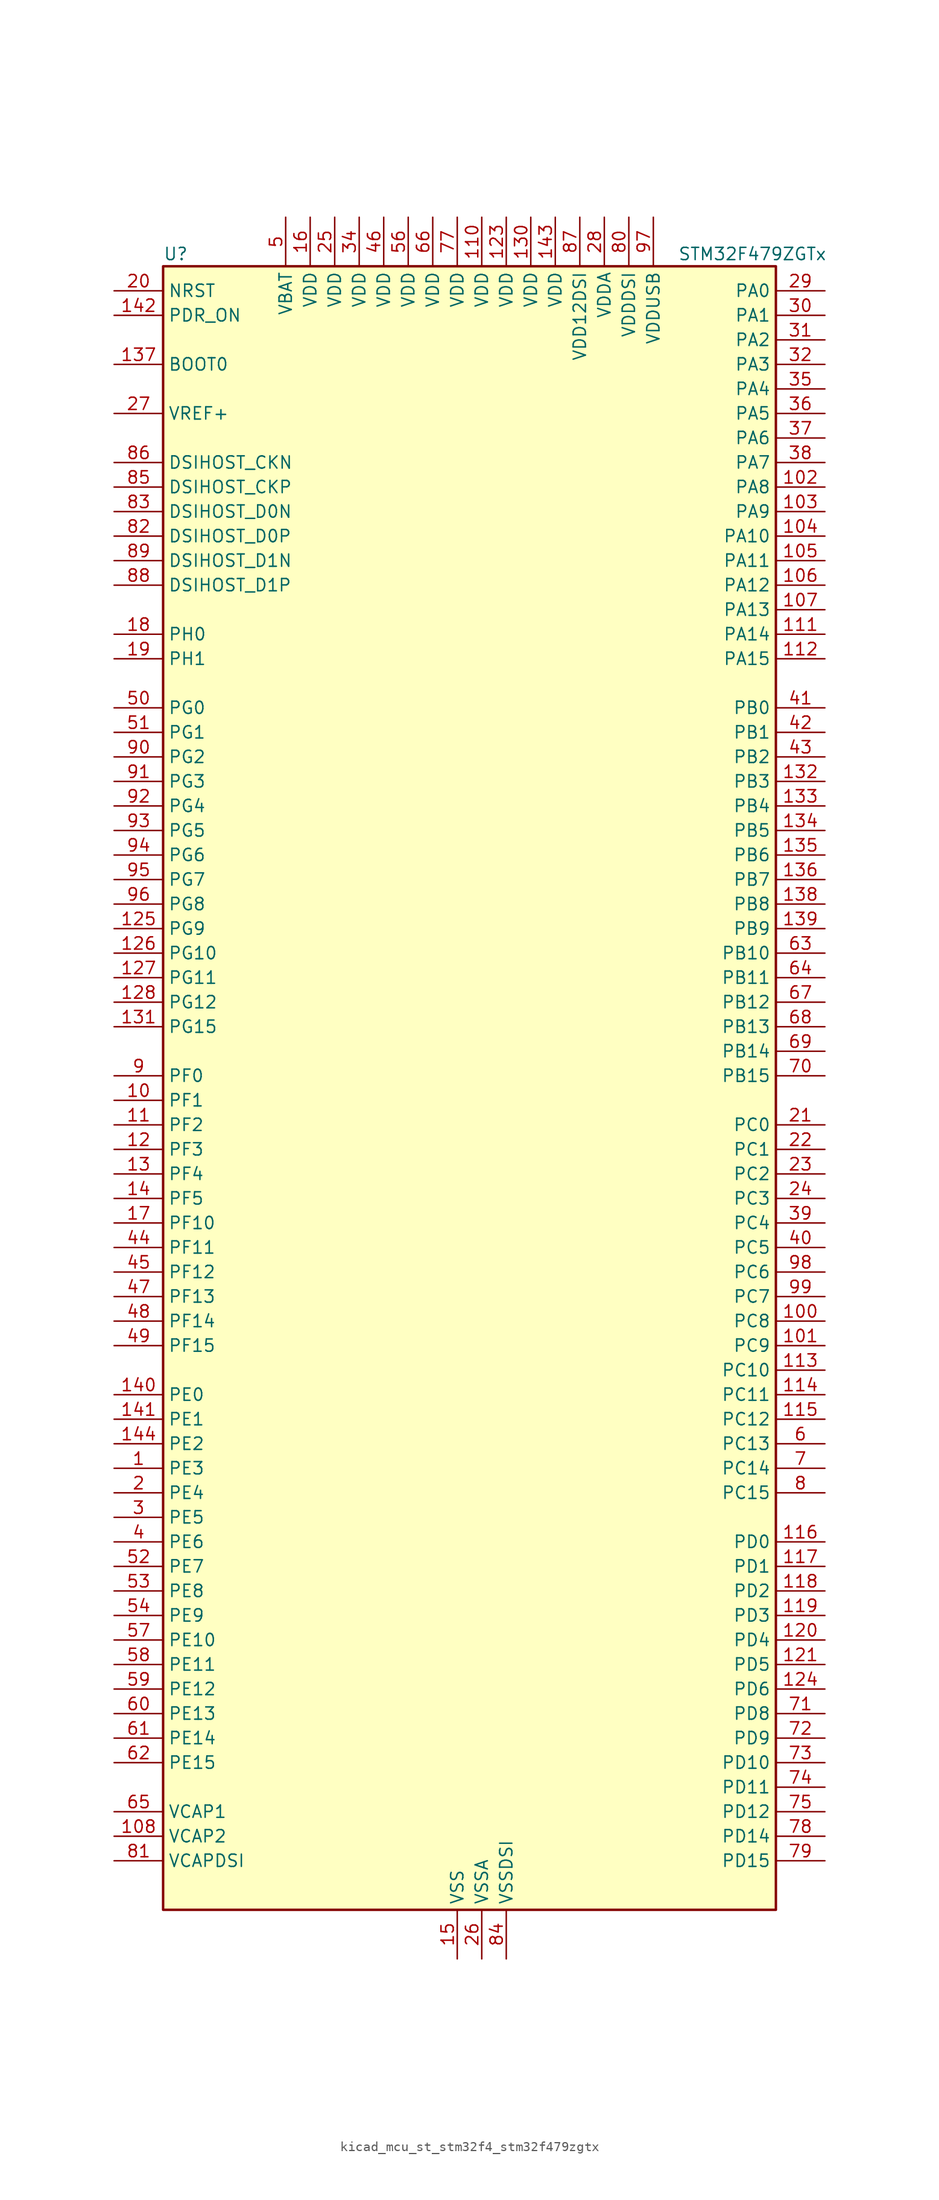
<source format=kicad_sym>
(kicad_symbol_lib
  (version 20220914)
  (generator kicad_symbol_editor)
  (symbol "kicad_mcu_st_stm32f4_stm32f479zgtx"
    (property "Reference" "U"
      (at -30.48 87.63 0)
      (effects (font (size 1.27 1.27)) (justify left)))
    (property "Value" "STM32F479ZGTx"
      (at 22.86 87.63 0)
      (effects (font (size 1.27 1.27)) (justify left)))
    (property "ki_locked" ""
      (at 0 0 0)
      (effects (font (size 1.27 1.27))))
    (symbol "kicad_mcu_st_stm32f4_stm32f479zgtx_0_1"
      (rectangle (start -30.48 -83.82) (end 33.02 86.36) (stroke (width 0.254) (type default)) (fill (type background))))
    (symbol "kicad_mcu_st_stm32f4_stm32f479zgtx_1_1"
      (pin bidirectional line (at -35.56 -38.1 0) (length 5.08) (name "PE3" (effects (font (size 1.27 1.27)))) (number "1" (effects (font (size 1.27 1.27)))) (alternate "FMC_A19" bidirectional line) (alternate "SAI1_SD_B" bidirectional line) (alternate "SYS_TRACED0" bidirectional line))
      (pin bidirectional line (at -35.56 0 0) (length 5.08) (name "PF1" (effects (font (size 1.27 1.27)))) (number "10" (effects (font (size 1.27 1.27)))) (alternate "FMC_A1" bidirectional line) (alternate "I2C2_SCL" bidirectional line))
      (pin bidirectional line (at 38.1 -22.86 180) (length 5.08) (name "PC8" (effects (font (size 1.27 1.27)))) (number "100" (effects (font (size 1.27 1.27)))) (alternate "DCMI_D2" bidirectional line) (alternate "SDIO_D0" bidirectional line) (alternate "SYS_TRACED1" bidirectional line) (alternate "TIM3_CH3" bidirectional line) (alternate "TIM8_CH3" bidirectional line) (alternate "USART6_CK" bidirectional line))
      (pin bidirectional line (at 38.1 -25.4 180) (length 5.08) (name "PC9" (effects (font (size 1.27 1.27)))) (number "101" (effects (font (size 1.27 1.27)))) (alternate "DAC_EXTI9" bidirectional line) (alternate "DCMI_D3" bidirectional line) (alternate "I2C3_SDA" bidirectional line) (alternate "I2S_CKIN" bidirectional line) (alternate "QUADSPI_BK1_IO0" bidirectional line) (alternate "RCC_MCO_2" bidirectional line) (alternate "SDIO_D1" bidirectional line) (alternate "TIM3_CH4" bidirectional line) (alternate "TIM8_CH4" bidirectional line))
      (pin bidirectional line (at 38.1 63.5 180) (length 5.08) (name "PA8" (effects (font (size 1.27 1.27)))) (number "102" (effects (font (size 1.27 1.27)))) (alternate "I2C3_SCL" bidirectional line) (alternate "LTDC_R6" bidirectional line) (alternate "RCC_MCO_1" bidirectional line) (alternate "TIM1_CH1" bidirectional line) (alternate "USART1_CK" bidirectional line) (alternate "USB_OTG_FS_SOF" bidirectional line))
      (pin bidirectional line (at 38.1 60.96 180) (length 5.08) (name "PA9" (effects (font (size 1.27 1.27)))) (number "103" (effects (font (size 1.27 1.27)))) (alternate "DAC_EXTI9" bidirectional line) (alternate "DCMI_D0" bidirectional line) (alternate "I2C3_SMBA" bidirectional line) (alternate "I2S2_CK" bidirectional line) (alternate "SPI2_SCK" bidirectional line) (alternate "TIM1_CH2" bidirectional line) (alternate "USART1_TX" bidirectional line) (alternate "USB_OTG_FS_VBUS" bidirectional line))
      (pin bidirectional line (at 38.1 58.42 180) (length 5.08) (name "PA10" (effects (font (size 1.27 1.27)))) (number "104" (effects (font (size 1.27 1.27)))) (alternate "DCMI_D1" bidirectional line) (alternate "TIM1_CH3" bidirectional line) (alternate "USART1_RX" bidirectional line) (alternate "USB_OTG_FS_ID" bidirectional line))
      (pin bidirectional line (at 38.1 55.88 180) (length 5.08) (name "PA11" (effects (font (size 1.27 1.27)))) (number "105" (effects (font (size 1.27 1.27)))) (alternate "ADC1_EXTI11" bidirectional line) (alternate "ADC2_EXTI11" bidirectional line) (alternate "ADC3_EXTI11" bidirectional line) (alternate "CAN1_RX" bidirectional line) (alternate "LTDC_R4" bidirectional line) (alternate "TIM1_CH4" bidirectional line) (alternate "USART1_CTS" bidirectional line) (alternate "USB_OTG_FS_DM" bidirectional line))
      (pin bidirectional line (at 38.1 53.34 180) (length 5.08) (name "PA12" (effects (font (size 1.27 1.27)))) (number "106" (effects (font (size 1.27 1.27)))) (alternate "CAN1_TX" bidirectional line) (alternate "LTDC_R5" bidirectional line) (alternate "TIM1_ETR" bidirectional line) (alternate "USART1_RTS" bidirectional line) (alternate "USB_OTG_FS_DP" bidirectional line))
      (pin bidirectional line (at 38.1 50.8 180) (length 5.08) (name "PA13" (effects (font (size 1.27 1.27)))) (number "107" (effects (font (size 1.27 1.27)))) (alternate "SYS_JTMS-SWDIO" bidirectional line))
      (pin power_out line (at -35.56 -76.2 0) (length 5.08) (name "VCAP2" (effects (font (size 1.27 1.27)))) (number "108" (effects (font (size 1.27 1.27)))))
      (pin passive line (at 0 -88.9 90) (length 5.08) hide (name "VSS" (effects (font (size 1.27 1.27)))) (number "109" (effects (font (size 1.27 1.27)))))
      (pin bidirectional line (at -35.56 -2.54 0) (length 5.08) (name "PF2" (effects (font (size 1.27 1.27)))) (number "11" (effects (font (size 1.27 1.27)))) (alternate "FMC_A2" bidirectional line) (alternate "I2C2_SMBA" bidirectional line))
      (pin power_in line (at 2.54 91.44 270) (length 5.08) (name "VDD" (effects (font (size 1.27 1.27)))) (number "110" (effects (font (size 1.27 1.27)))))
      (pin bidirectional line (at 38.1 48.26 180) (length 5.08) (name "PA14" (effects (font (size 1.27 1.27)))) (number "111" (effects (font (size 1.27 1.27)))) (alternate "SYS_JTCK-SWCLK" bidirectional line))
      (pin bidirectional line (at 38.1 45.72 180) (length 5.08) (name "PA15" (effects (font (size 1.27 1.27)))) (number "112" (effects (font (size 1.27 1.27)))) (alternate "ADC1_EXTI15" bidirectional line) (alternate "ADC2_EXTI15" bidirectional line) (alternate "ADC3_EXTI15" bidirectional line) (alternate "I2S3_WS" bidirectional line) (alternate "SPI1_NSS" bidirectional line) (alternate "SPI3_NSS" bidirectional line) (alternate "SYS_JTDI" bidirectional line) (alternate "TIM2_CH1" bidirectional line) (alternate "TIM2_ETR" bidirectional line))
      (pin bidirectional line (at 38.1 -27.94 180) (length 5.08) (name "PC10" (effects (font (size 1.27 1.27)))) (number "113" (effects (font (size 1.27 1.27)))) (alternate "DCMI_D8" bidirectional line) (alternate "I2S3_CK" bidirectional line) (alternate "LTDC_R2" bidirectional line) (alternate "QUADSPI_BK1_IO1" bidirectional line) (alternate "SDIO_D2" bidirectional line) (alternate "SPI3_SCK" bidirectional line) (alternate "UART4_TX" bidirectional line) (alternate "USART3_TX" bidirectional line))
      (pin bidirectional line (at 38.1 -30.48 180) (length 5.08) (name "PC11" (effects (font (size 1.27 1.27)))) (number "114" (effects (font (size 1.27 1.27)))) (alternate "ADC1_EXTI11" bidirectional line) (alternate "ADC2_EXTI11" bidirectional line) (alternate "ADC3_EXTI11" bidirectional line) (alternate "DCMI_D4" bidirectional line) (alternate "I2S3_ext_SD" bidirectional line) (alternate "QUADSPI_BK2_NCS" bidirectional line) (alternate "SDIO_D3" bidirectional line) (alternate "SPI3_MISO" bidirectional line) (alternate "UART4_RX" bidirectional line) (alternate "USART3_RX" bidirectional line))
      (pin bidirectional line (at 38.1 -33.02 180) (length 5.08) (name "PC12" (effects (font (size 1.27 1.27)))) (number "115" (effects (font (size 1.27 1.27)))) (alternate "DCMI_D9" bidirectional line) (alternate "I2S3_SD" bidirectional line) (alternate "SDIO_CK" bidirectional line) (alternate "SPI3_MOSI" bidirectional line) (alternate "SYS_TRACED3" bidirectional line) (alternate "UART5_TX" bidirectional line) (alternate "USART3_CK" bidirectional line))
      (pin bidirectional line (at 38.1 -45.72 180) (length 5.08) (name "PD0" (effects (font (size 1.27 1.27)))) (number "116" (effects (font (size 1.27 1.27)))) (alternate "CAN1_RX" bidirectional line) (alternate "FMC_D2" bidirectional line) (alternate "FMC_DA2" bidirectional line))
      (pin bidirectional line (at 38.1 -48.26 180) (length 5.08) (name "PD1" (effects (font (size 1.27 1.27)))) (number "117" (effects (font (size 1.27 1.27)))) (alternate "CAN1_TX" bidirectional line) (alternate "FMC_D3" bidirectional line) (alternate "FMC_DA3" bidirectional line))
      (pin bidirectional line (at 38.1 -50.8 180) (length 5.08) (name "PD2" (effects (font (size 1.27 1.27)))) (number "118" (effects (font (size 1.27 1.27)))) (alternate "DCMI_D11" bidirectional line) (alternate "SDIO_CMD" bidirectional line) (alternate "SYS_TRACED2" bidirectional line) (alternate "TIM3_ETR" bidirectional line) (alternate "UART5_RX" bidirectional line))
      (pin bidirectional line (at 38.1 -53.34 180) (length 5.08) (name "PD3" (effects (font (size 1.27 1.27)))) (number "119" (effects (font (size 1.27 1.27)))) (alternate "DCMI_D5" bidirectional line) (alternate "FMC_CLK" bidirectional line) (alternate "I2S2_CK" bidirectional line) (alternate "LTDC_G7" bidirectional line) (alternate "SPI2_SCK" bidirectional line) (alternate "USART2_CTS" bidirectional line))
      (pin bidirectional line (at -35.56 -5.08 0) (length 5.08) (name "PF3" (effects (font (size 1.27 1.27)))) (number "12" (effects (font (size 1.27 1.27)))) (alternate "ADC3_IN9" bidirectional line) (alternate "FMC_A3" bidirectional line))
      (pin bidirectional line (at 38.1 -55.88 180) (length 5.08) (name "PD4" (effects (font (size 1.27 1.27)))) (number "120" (effects (font (size 1.27 1.27)))) (alternate "FMC_NOE" bidirectional line) (alternate "USART2_RTS" bidirectional line))
      (pin bidirectional line (at 38.1 -58.42 180) (length 5.08) (name "PD5" (effects (font (size 1.27 1.27)))) (number "121" (effects (font (size 1.27 1.27)))) (alternate "FMC_NWE" bidirectional line) (alternate "USART2_TX" bidirectional line))
      (pin passive line (at 0 -88.9 90) (length 5.08) hide (name "VSS" (effects (font (size 1.27 1.27)))) (number "122" (effects (font (size 1.27 1.27)))))
      (pin power_in line (at 5.08 91.44 270) (length 5.08) (name "VDD" (effects (font (size 1.27 1.27)))) (number "123" (effects (font (size 1.27 1.27)))))
      (pin bidirectional line (at 38.1 -60.96 180) (length 5.08) (name "PD6" (effects (font (size 1.27 1.27)))) (number "124" (effects (font (size 1.27 1.27)))) (alternate "DCMI_D10" bidirectional line) (alternate "FMC_NWAIT" bidirectional line) (alternate "I2S3_SD" bidirectional line) (alternate "LTDC_B2" bidirectional line) (alternate "SAI1_SD_A" bidirectional line) (alternate "SPI3_MOSI" bidirectional line) (alternate "USART2_RX" bidirectional line))
      (pin bidirectional line (at -35.56 17.78 0) (length 5.08) (name "PG9" (effects (font (size 1.27 1.27)))) (number "125" (effects (font (size 1.27 1.27)))) (alternate "DAC_EXTI9" bidirectional line) (alternate "DCMI_VSYNC" bidirectional line) (alternate "FMC_NCE" bidirectional line) (alternate "FMC_NE2" bidirectional line) (alternate "QUADSPI_BK2_IO2" bidirectional line) (alternate "USART6_RX" bidirectional line))
      (pin bidirectional line (at -35.56 15.24 0) (length 5.08) (name "PG10" (effects (font (size 1.27 1.27)))) (number "126" (effects (font (size 1.27 1.27)))) (alternate "DCMI_D2" bidirectional line) (alternate "FMC_NE3" bidirectional line) (alternate "LTDC_B2" bidirectional line) (alternate "LTDC_G3" bidirectional line))
      (pin bidirectional line (at -35.56 12.7 0) (length 5.08) (name "PG11" (effects (font (size 1.27 1.27)))) (number "127" (effects (font (size 1.27 1.27)))) (alternate "ADC1_EXTI11" bidirectional line) (alternate "ADC2_EXTI11" bidirectional line) (alternate "ADC3_EXTI11" bidirectional line) (alternate "DCMI_D3" bidirectional line) (alternate "LTDC_B3" bidirectional line))
      (pin bidirectional line (at -35.56 10.16 0) (length 5.08) (name "PG12" (effects (font (size 1.27 1.27)))) (number "128" (effects (font (size 1.27 1.27)))) (alternate "FMC_NE4" bidirectional line) (alternate "LTDC_B1" bidirectional line) (alternate "LTDC_B4" bidirectional line) (alternate "USART6_RTS" bidirectional line))
      (pin passive line (at 0 -88.9 90) (length 5.08) hide (name "VSS" (effects (font (size 1.27 1.27)))) (number "129" (effects (font (size 1.27 1.27)))))
      (pin bidirectional line (at -35.56 -7.62 0) (length 5.08) (name "PF4" (effects (font (size 1.27 1.27)))) (number "13" (effects (font (size 1.27 1.27)))) (alternate "ADC3_IN14" bidirectional line) (alternate "FMC_A4" bidirectional line))
      (pin power_in line (at 7.62 91.44 270) (length 5.08) (name "VDD" (effects (font (size 1.27 1.27)))) (number "130" (effects (font (size 1.27 1.27)))))
      (pin bidirectional line (at -35.56 7.62 0) (length 5.08) (name "PG15" (effects (font (size 1.27 1.27)))) (number "131" (effects (font (size 1.27 1.27)))) (alternate "ADC1_EXTI15" bidirectional line) (alternate "ADC2_EXTI15" bidirectional line) (alternate "ADC3_EXTI15" bidirectional line) (alternate "DCMI_D13" bidirectional line) (alternate "FMC_SDNCAS" bidirectional line) (alternate "USART6_CTS" bidirectional line))
      (pin bidirectional line (at 38.1 33.02 180) (length 5.08) (name "PB3" (effects (font (size 1.27 1.27)))) (number "132" (effects (font (size 1.27 1.27)))) (alternate "I2S3_CK" bidirectional line) (alternate "SPI1_SCK" bidirectional line) (alternate "SPI3_SCK" bidirectional line) (alternate "SYS_JTDO-SWO" bidirectional line) (alternate "TIM2_CH2" bidirectional line))
      (pin bidirectional line (at 38.1 30.48 180) (length 5.08) (name "PB4" (effects (font (size 1.27 1.27)))) (number "133" (effects (font (size 1.27 1.27)))) (alternate "I2S3_ext_SD" bidirectional line) (alternate "SPI1_MISO" bidirectional line) (alternate "SPI3_MISO" bidirectional line) (alternate "SYS_JTRST" bidirectional line) (alternate "TIM3_CH1" bidirectional line))
      (pin bidirectional line (at 38.1 27.94 180) (length 5.08) (name "PB5" (effects (font (size 1.27 1.27)))) (number "134" (effects (font (size 1.27 1.27)))) (alternate "CAN2_RX" bidirectional line) (alternate "DCMI_D10" bidirectional line) (alternate "FMC_SDCKE1" bidirectional line) (alternate "I2C1_SMBA" bidirectional line) (alternate "I2S3_SD" bidirectional line) (alternate "LTDC_G7" bidirectional line) (alternate "SPI1_MOSI" bidirectional line) (alternate "SPI3_MOSI" bidirectional line) (alternate "TIM3_CH2" bidirectional line) (alternate "USB_OTG_HS_ULPI_D7" bidirectional line))
      (pin bidirectional line (at 38.1 25.4 180) (length 5.08) (name "PB6" (effects (font (size 1.27 1.27)))) (number "135" (effects (font (size 1.27 1.27)))) (alternate "CAN2_TX" bidirectional line) (alternate "DCMI_D5" bidirectional line) (alternate "FMC_SDNE1" bidirectional line) (alternate "I2C1_SCL" bidirectional line) (alternate "QUADSPI_BK1_NCS" bidirectional line) (alternate "TIM4_CH1" bidirectional line) (alternate "USART1_TX" bidirectional line))
      (pin bidirectional line (at 38.1 22.86 180) (length 5.08) (name "PB7" (effects (font (size 1.27 1.27)))) (number "136" (effects (font (size 1.27 1.27)))) (alternate "DCMI_VSYNC" bidirectional line) (alternate "FMC_NL" bidirectional line) (alternate "I2C1_SDA" bidirectional line) (alternate "TIM4_CH2" bidirectional line) (alternate "USART1_RX" bidirectional line))
      (pin input line (at -35.56 76.2 0) (length 5.08) (name "BOOT0" (effects (font (size 1.27 1.27)))) (number "137" (effects (font (size 1.27 1.27)))))
      (pin bidirectional line (at 38.1 20.32 180) (length 5.08) (name "PB8" (effects (font (size 1.27 1.27)))) (number "138" (effects (font (size 1.27 1.27)))) (alternate "CAN1_RX" bidirectional line) (alternate "DCMI_D6" bidirectional line) (alternate "I2C1_SCL" bidirectional line) (alternate "LTDC_B6" bidirectional line) (alternate "SDIO_D4" bidirectional line) (alternate "TIM10_CH1" bidirectional line) (alternate "TIM4_CH3" bidirectional line))
      (pin bidirectional line (at 38.1 17.78 180) (length 5.08) (name "PB9" (effects (font (size 1.27 1.27)))) (number "139" (effects (font (size 1.27 1.27)))) (alternate "CAN1_TX" bidirectional line) (alternate "DAC_EXTI9" bidirectional line) (alternate "DCMI_D7" bidirectional line) (alternate "I2C1_SDA" bidirectional line) (alternate "I2S2_WS" bidirectional line) (alternate "LTDC_B7" bidirectional line) (alternate "SDIO_D5" bidirectional line) (alternate "SPI2_NSS" bidirectional line) (alternate "TIM11_CH1" bidirectional line) (alternate "TIM4_CH4" bidirectional line))
      (pin bidirectional line (at -35.56 -10.16 0) (length 5.08) (name "PF5" (effects (font (size 1.27 1.27)))) (number "14" (effects (font (size 1.27 1.27)))) (alternate "ADC3_IN15" bidirectional line) (alternate "FMC_A5" bidirectional line))
      (pin bidirectional line (at -35.56 -30.48 0) (length 5.08) (name "PE0" (effects (font (size 1.27 1.27)))) (number "140" (effects (font (size 1.27 1.27)))) (alternate "DCMI_D2" bidirectional line) (alternate "FMC_NBL0" bidirectional line) (alternate "TIM4_ETR" bidirectional line) (alternate "UART8_RX" bidirectional line))
      (pin bidirectional line (at -35.56 -33.02 0) (length 5.08) (name "PE1" (effects (font (size 1.27 1.27)))) (number "141" (effects (font (size 1.27 1.27)))) (alternate "DCMI_D3" bidirectional line) (alternate "FMC_NBL1" bidirectional line) (alternate "UART8_TX" bidirectional line))
      (pin input line (at -35.56 81.28 0) (length 5.08) (name "PDR_ON" (effects (font (size 1.27 1.27)))) (number "142" (effects (font (size 1.27 1.27)))))
      (pin power_in line (at 10.16 91.44 270) (length 5.08) (name "VDD" (effects (font (size 1.27 1.27)))) (number "143" (effects (font (size 1.27 1.27)))))
      (pin bidirectional line (at -35.56 -35.56 0) (length 5.08) (name "PE2" (effects (font (size 1.27 1.27)))) (number "144" (effects (font (size 1.27 1.27)))) (alternate "FMC_A23" bidirectional line) (alternate "QUADSPI_BK1_IO2" bidirectional line) (alternate "SAI1_MCLK_A" bidirectional line) (alternate "SPI4_SCK" bidirectional line) (alternate "SYS_TRACECLK" bidirectional line))
      (pin power_in line (at 0 -88.9 90) (length 5.08) (name "VSS" (effects (font (size 1.27 1.27)))) (number "15" (effects (font (size 1.27 1.27)))))
      (pin power_in line (at -15.24 91.44 270) (length 5.08) (name "VDD" (effects (font (size 1.27 1.27)))) (number "16" (effects (font (size 1.27 1.27)))))
      (pin bidirectional line (at -35.56 -12.7 0) (length 5.08) (name "PF10" (effects (font (size 1.27 1.27)))) (number "17" (effects (font (size 1.27 1.27)))) (alternate "ADC3_IN8" bidirectional line) (alternate "DCMI_D11" bidirectional line) (alternate "LTDC_DE" bidirectional line) (alternate "QUADSPI_CLK" bidirectional line))
      (pin bidirectional line (at -35.56 48.26 0) (length 5.08) (name "PH0" (effects (font (size 1.27 1.27)))) (number "18" (effects (font (size 1.27 1.27)))) (alternate "RCC_OSC_IN" bidirectional line))
      (pin bidirectional line (at -35.56 45.72 0) (length 5.08) (name "PH1" (effects (font (size 1.27 1.27)))) (number "19" (effects (font (size 1.27 1.27)))) (alternate "RCC_OSC_OUT" bidirectional line))
      (pin bidirectional line (at -35.56 -40.64 0) (length 5.08) (name "PE4" (effects (font (size 1.27 1.27)))) (number "2" (effects (font (size 1.27 1.27)))) (alternate "DCMI_D4" bidirectional line) (alternate "FMC_A20" bidirectional line) (alternate "LTDC_B0" bidirectional line) (alternate "SAI1_FS_A" bidirectional line) (alternate "SPI4_NSS" bidirectional line) (alternate "SYS_TRACED1" bidirectional line))
      (pin input line (at -35.56 83.82 0) (length 5.08) (name "NRST" (effects (font (size 1.27 1.27)))) (number "20" (effects (font (size 1.27 1.27)))))
      (pin bidirectional line (at 38.1 -2.54 180) (length 5.08) (name "PC0" (effects (font (size 1.27 1.27)))) (number "21" (effects (font (size 1.27 1.27)))) (alternate "ADC1_IN10" bidirectional line) (alternate "ADC2_IN10" bidirectional line) (alternate "ADC3_IN10" bidirectional line) (alternate "FMC_SDNWE" bidirectional line) (alternate "LTDC_R5" bidirectional line) (alternate "USB_OTG_HS_ULPI_STP" bidirectional line))
      (pin bidirectional line (at 38.1 -5.08 180) (length 5.08) (name "PC1" (effects (font (size 1.27 1.27)))) (number "22" (effects (font (size 1.27 1.27)))) (alternate "ADC1_IN11" bidirectional line) (alternate "ADC2_IN11" bidirectional line) (alternate "ADC3_IN11" bidirectional line) (alternate "I2S2_SD" bidirectional line) (alternate "SAI1_SD_A" bidirectional line) (alternate "SPI2_MOSI" bidirectional line) (alternate "SYS_TRACED0" bidirectional line))
      (pin bidirectional line (at 38.1 -7.62 180) (length 5.08) (name "PC2" (effects (font (size 1.27 1.27)))) (number "23" (effects (font (size 1.27 1.27)))) (alternate "ADC1_IN12" bidirectional line) (alternate "ADC2_IN12" bidirectional line) (alternate "ADC3_IN12" bidirectional line) (alternate "FMC_SDNE0" bidirectional line) (alternate "I2S2_ext_SD" bidirectional line) (alternate "SPI2_MISO" bidirectional line) (alternate "USB_OTG_HS_ULPI_DIR" bidirectional line))
      (pin bidirectional line (at 38.1 -10.16 180) (length 5.08) (name "PC3" (effects (font (size 1.27 1.27)))) (number "24" (effects (font (size 1.27 1.27)))) (alternate "ADC1_IN13" bidirectional line) (alternate "ADC2_IN13" bidirectional line) (alternate "ADC3_IN13" bidirectional line) (alternate "FMC_SDCKE0" bidirectional line) (alternate "I2S2_SD" bidirectional line) (alternate "SPI2_MOSI" bidirectional line) (alternate "USB_OTG_HS_ULPI_NXT" bidirectional line))
      (pin power_in line (at -12.7 91.44 270) (length 5.08) (name "VDD" (effects (font (size 1.27 1.27)))) (number "25" (effects (font (size 1.27 1.27)))))
      (pin power_in line (at 2.54 -88.9 90) (length 5.08) (name "VSSA" (effects (font (size 1.27 1.27)))) (number "26" (effects (font (size 1.27 1.27)))))
      (pin input line (at -35.56 71.12 0) (length 5.08) (name "VREF+" (effects (font (size 1.27 1.27)))) (number "27" (effects (font (size 1.27 1.27)))))
      (pin power_in line (at 15.24 91.44 270) (length 5.08) (name "VDDA" (effects (font (size 1.27 1.27)))) (number "28" (effects (font (size 1.27 1.27)))))
      (pin bidirectional line (at 38.1 83.82 180) (length 5.08) (name "PA0" (effects (font (size 1.27 1.27)))) (number "29" (effects (font (size 1.27 1.27)))) (alternate "ADC1_IN0" bidirectional line) (alternate "ADC2_IN0" bidirectional line) (alternate "ADC3_IN0" bidirectional line) (alternate "SYS_WKUP" bidirectional line) (alternate "TIM2_CH1" bidirectional line) (alternate "TIM2_ETR" bidirectional line) (alternate "TIM5_CH1" bidirectional line) (alternate "TIM8_ETR" bidirectional line) (alternate "UART4_TX" bidirectional line) (alternate "USART2_CTS" bidirectional line))
      (pin bidirectional line (at -35.56 -43.18 0) (length 5.08) (name "PE5" (effects (font (size 1.27 1.27)))) (number "3" (effects (font (size 1.27 1.27)))) (alternate "DCMI_D6" bidirectional line) (alternate "FMC_A21" bidirectional line) (alternate "LTDC_G0" bidirectional line) (alternate "SAI1_SCK_A" bidirectional line) (alternate "SPI4_MISO" bidirectional line) (alternate "SYS_TRACED2" bidirectional line) (alternate "TIM9_CH1" bidirectional line))
      (pin bidirectional line (at 38.1 81.28 180) (length 5.08) (name "PA1" (effects (font (size 1.27 1.27)))) (number "30" (effects (font (size 1.27 1.27)))) (alternate "ADC1_IN1" bidirectional line) (alternate "ADC2_IN1" bidirectional line) (alternate "ADC3_IN1" bidirectional line) (alternate "LTDC_R2" bidirectional line) (alternate "QUADSPI_BK1_IO3" bidirectional line) (alternate "TIM2_CH2" bidirectional line) (alternate "TIM5_CH2" bidirectional line) (alternate "UART4_RX" bidirectional line) (alternate "USART2_RTS" bidirectional line))
      (pin bidirectional line (at 38.1 78.74 180) (length 5.08) (name "PA2" (effects (font (size 1.27 1.27)))) (number "31" (effects (font (size 1.27 1.27)))) (alternate "ADC1_IN2" bidirectional line) (alternate "ADC2_IN2" bidirectional line) (alternate "ADC3_IN2" bidirectional line) (alternate "LTDC_R1" bidirectional line) (alternate "TIM2_CH3" bidirectional line) (alternate "TIM5_CH3" bidirectional line) (alternate "TIM9_CH1" bidirectional line) (alternate "USART2_TX" bidirectional line))
      (pin bidirectional line (at 38.1 76.2 180) (length 5.08) (name "PA3" (effects (font (size 1.27 1.27)))) (number "32" (effects (font (size 1.27 1.27)))) (alternate "ADC1_IN3" bidirectional line) (alternate "ADC2_IN3" bidirectional line) (alternate "ADC3_IN3" bidirectional line) (alternate "LTDC_B2" bidirectional line) (alternate "LTDC_B5" bidirectional line) (alternate "TIM2_CH4" bidirectional line) (alternate "TIM5_CH4" bidirectional line) (alternate "TIM9_CH2" bidirectional line) (alternate "USART2_RX" bidirectional line) (alternate "USB_OTG_HS_ULPI_D0" bidirectional line))
      (pin passive line (at 0 -88.9 90) (length 5.08) hide (name "VSS" (effects (font (size 1.27 1.27)))) (number "33" (effects (font (size 1.27 1.27)))))
      (pin power_in line (at -10.16 91.44 270) (length 5.08) (name "VDD" (effects (font (size 1.27 1.27)))) (number "34" (effects (font (size 1.27 1.27)))))
      (pin bidirectional line (at 38.1 73.66 180) (length 5.08) (name "PA4" (effects (font (size 1.27 1.27)))) (number "35" (effects (font (size 1.27 1.27)))) (alternate "ADC1_IN4" bidirectional line) (alternate "ADC2_IN4" bidirectional line) (alternate "DAC_OUT1" bidirectional line) (alternate "DCMI_HSYNC" bidirectional line) (alternate "I2S3_WS" bidirectional line) (alternate "LTDC_VSYNC" bidirectional line) (alternate "SPI1_NSS" bidirectional line) (alternate "SPI3_NSS" bidirectional line) (alternate "USART2_CK" bidirectional line) (alternate "USB_OTG_HS_SOF" bidirectional line))
      (pin bidirectional line (at 38.1 71.12 180) (length 5.08) (name "PA5" (effects (font (size 1.27 1.27)))) (number "36" (effects (font (size 1.27 1.27)))) (alternate "ADC1_IN5" bidirectional line) (alternate "ADC2_IN5" bidirectional line) (alternate "DAC_OUT2" bidirectional line) (alternate "LTDC_R4" bidirectional line) (alternate "SPI1_SCK" bidirectional line) (alternate "TIM2_CH1" bidirectional line) (alternate "TIM2_ETR" bidirectional line) (alternate "TIM8_CH1N" bidirectional line) (alternate "USB_OTG_HS_ULPI_CK" bidirectional line))
      (pin bidirectional line (at 38.1 68.58 180) (length 5.08) (name "PA6" (effects (font (size 1.27 1.27)))) (number "37" (effects (font (size 1.27 1.27)))) (alternate "ADC1_IN6" bidirectional line) (alternate "ADC2_IN6" bidirectional line) (alternate "DCMI_PIXCLK" bidirectional line) (alternate "LTDC_G2" bidirectional line) (alternate "SPI1_MISO" bidirectional line) (alternate "TIM13_CH1" bidirectional line) (alternate "TIM1_BKIN" bidirectional line) (alternate "TIM3_CH1" bidirectional line) (alternate "TIM8_BKIN" bidirectional line))
      (pin bidirectional line (at 38.1 66.04 180) (length 5.08) (name "PA7" (effects (font (size 1.27 1.27)))) (number "38" (effects (font (size 1.27 1.27)))) (alternate "ADC1_IN7" bidirectional line) (alternate "ADC2_IN7" bidirectional line) (alternate "FMC_SDNWE" bidirectional line) (alternate "QUADSPI_CLK" bidirectional line) (alternate "SPI1_MOSI" bidirectional line) (alternate "TIM14_CH1" bidirectional line) (alternate "TIM1_CH1N" bidirectional line) (alternate "TIM3_CH2" bidirectional line) (alternate "TIM8_CH1N" bidirectional line))
      (pin bidirectional line (at 38.1 -12.7 180) (length 5.08) (name "PC4" (effects (font (size 1.27 1.27)))) (number "39" (effects (font (size 1.27 1.27)))) (alternate "ADC1_IN14" bidirectional line) (alternate "ADC2_IN14" bidirectional line) (alternate "FMC_SDNE0" bidirectional line))
      (pin bidirectional line (at -35.56 -45.72 0) (length 5.08) (name "PE6" (effects (font (size 1.27 1.27)))) (number "4" (effects (font (size 1.27 1.27)))) (alternate "DCMI_D7" bidirectional line) (alternate "FMC_A22" bidirectional line) (alternate "LTDC_G1" bidirectional line) (alternate "SAI1_SD_A" bidirectional line) (alternate "SPI4_MOSI" bidirectional line) (alternate "SYS_TRACED3" bidirectional line) (alternate "TIM9_CH2" bidirectional line))
      (pin bidirectional line (at 38.1 -15.24 180) (length 5.08) (name "PC5" (effects (font (size 1.27 1.27)))) (number "40" (effects (font (size 1.27 1.27)))) (alternate "ADC1_IN15" bidirectional line) (alternate "ADC2_IN15" bidirectional line) (alternate "FMC_SDCKE0" bidirectional line))
      (pin bidirectional line (at 38.1 40.64 180) (length 5.08) (name "PB0" (effects (font (size 1.27 1.27)))) (number "41" (effects (font (size 1.27 1.27)))) (alternate "ADC1_IN8" bidirectional line) (alternate "ADC2_IN8" bidirectional line) (alternate "LTDC_G1" bidirectional line) (alternate "LTDC_R3" bidirectional line) (alternate "TIM1_CH2N" bidirectional line) (alternate "TIM3_CH3" bidirectional line) (alternate "TIM8_CH2N" bidirectional line) (alternate "USB_OTG_HS_ULPI_D1" bidirectional line))
      (pin bidirectional line (at 38.1 38.1 180) (length 5.08) (name "PB1" (effects (font (size 1.27 1.27)))) (number "42" (effects (font (size 1.27 1.27)))) (alternate "ADC1_IN9" bidirectional line) (alternate "ADC2_IN9" bidirectional line) (alternate "LTDC_G0" bidirectional line) (alternate "LTDC_R6" bidirectional line) (alternate "TIM1_CH3N" bidirectional line) (alternate "TIM3_CH4" bidirectional line) (alternate "TIM8_CH3N" bidirectional line) (alternate "USB_OTG_HS_ULPI_D2" bidirectional line))
      (pin bidirectional line (at 38.1 35.56 180) (length 5.08) (name "PB2" (effects (font (size 1.27 1.27)))) (number "43" (effects (font (size 1.27 1.27)))))
      (pin bidirectional line (at -35.56 -15.24 0) (length 5.08) (name "PF11" (effects (font (size 1.27 1.27)))) (number "44" (effects (font (size 1.27 1.27)))) (alternate "ADC1_EXTI11" bidirectional line) (alternate "ADC2_EXTI11" bidirectional line) (alternate "ADC3_EXTI11" bidirectional line) (alternate "DCMI_D12" bidirectional line) (alternate "FMC_SDNRAS" bidirectional line))
      (pin bidirectional line (at -35.56 -17.78 0) (length 5.08) (name "PF12" (effects (font (size 1.27 1.27)))) (number "45" (effects (font (size 1.27 1.27)))) (alternate "FMC_A6" bidirectional line))
      (pin power_in line (at -7.62 91.44 270) (length 5.08) (name "VDD" (effects (font (size 1.27 1.27)))) (number "46" (effects (font (size 1.27 1.27)))))
      (pin bidirectional line (at -35.56 -20.32 0) (length 5.08) (name "PF13" (effects (font (size 1.27 1.27)))) (number "47" (effects (font (size 1.27 1.27)))) (alternate "FMC_A7" bidirectional line))
      (pin bidirectional line (at -35.56 -22.86 0) (length 5.08) (name "PF14" (effects (font (size 1.27 1.27)))) (number "48" (effects (font (size 1.27 1.27)))) (alternate "FMC_A8" bidirectional line))
      (pin bidirectional line (at -35.56 -25.4 0) (length 5.08) (name "PF15" (effects (font (size 1.27 1.27)))) (number "49" (effects (font (size 1.27 1.27)))) (alternate "ADC1_EXTI15" bidirectional line) (alternate "ADC2_EXTI15" bidirectional line) (alternate "ADC3_EXTI15" bidirectional line) (alternate "FMC_A9" bidirectional line))
      (pin power_in line (at -17.78 91.44 270) (length 5.08) (name "VBAT" (effects (font (size 1.27 1.27)))) (number "5" (effects (font (size 1.27 1.27)))))
      (pin bidirectional line (at -35.56 40.64 0) (length 5.08) (name "PG0" (effects (font (size 1.27 1.27)))) (number "50" (effects (font (size 1.27 1.27)))) (alternate "FMC_A10" bidirectional line))
      (pin bidirectional line (at -35.56 38.1 0) (length 5.08) (name "PG1" (effects (font (size 1.27 1.27)))) (number "51" (effects (font (size 1.27 1.27)))) (alternate "FMC_A11" bidirectional line))
      (pin bidirectional line (at -35.56 -48.26 0) (length 5.08) (name "PE7" (effects (font (size 1.27 1.27)))) (number "52" (effects (font (size 1.27 1.27)))) (alternate "FMC_D4" bidirectional line) (alternate "FMC_DA4" bidirectional line) (alternate "QUADSPI_BK2_IO0" bidirectional line) (alternate "TIM1_ETR" bidirectional line) (alternate "UART7_RX" bidirectional line))
      (pin bidirectional line (at -35.56 -50.8 0) (length 5.08) (name "PE8" (effects (font (size 1.27 1.27)))) (number "53" (effects (font (size 1.27 1.27)))) (alternate "FMC_D5" bidirectional line) (alternate "FMC_DA5" bidirectional line) (alternate "QUADSPI_BK2_IO1" bidirectional line) (alternate "TIM1_CH1N" bidirectional line) (alternate "UART7_TX" bidirectional line))
      (pin bidirectional line (at -35.56 -53.34 0) (length 5.08) (name "PE9" (effects (font (size 1.27 1.27)))) (number "54" (effects (font (size 1.27 1.27)))) (alternate "DAC_EXTI9" bidirectional line) (alternate "FMC_D6" bidirectional line) (alternate "FMC_DA6" bidirectional line) (alternate "QUADSPI_BK2_IO2" bidirectional line) (alternate "TIM1_CH1" bidirectional line))
      (pin passive line (at 0 -88.9 90) (length 5.08) hide (name "VSS" (effects (font (size 1.27 1.27)))) (number "55" (effects (font (size 1.27 1.27)))))
      (pin power_in line (at -5.08 91.44 270) (length 5.08) (name "VDD" (effects (font (size 1.27 1.27)))) (number "56" (effects (font (size 1.27 1.27)))))
      (pin bidirectional line (at -35.56 -55.88 0) (length 5.08) (name "PE10" (effects (font (size 1.27 1.27)))) (number "57" (effects (font (size 1.27 1.27)))) (alternate "FMC_D7" bidirectional line) (alternate "FMC_DA7" bidirectional line) (alternate "QUADSPI_BK2_IO3" bidirectional line) (alternate "TIM1_CH2N" bidirectional line))
      (pin bidirectional line (at -35.56 -58.42 0) (length 5.08) (name "PE11" (effects (font (size 1.27 1.27)))) (number "58" (effects (font (size 1.27 1.27)))) (alternate "ADC1_EXTI11" bidirectional line) (alternate "ADC2_EXTI11" bidirectional line) (alternate "ADC3_EXTI11" bidirectional line) (alternate "FMC_D8" bidirectional line) (alternate "FMC_DA8" bidirectional line) (alternate "LTDC_G3" bidirectional line) (alternate "SPI4_NSS" bidirectional line) (alternate "TIM1_CH2" bidirectional line))
      (pin bidirectional line (at -35.56 -60.96 0) (length 5.08) (name "PE12" (effects (font (size 1.27 1.27)))) (number "59" (effects (font (size 1.27 1.27)))) (alternate "FMC_D9" bidirectional line) (alternate "FMC_DA9" bidirectional line) (alternate "LTDC_B4" bidirectional line) (alternate "SPI4_SCK" bidirectional line) (alternate "TIM1_CH3N" bidirectional line))
      (pin bidirectional line (at 38.1 -35.56 180) (length 5.08) (name "PC13" (effects (font (size 1.27 1.27)))) (number "6" (effects (font (size 1.27 1.27)))) (alternate "RTC_AF1" bidirectional line))
      (pin bidirectional line (at -35.56 -63.5 0) (length 5.08) (name "PE13" (effects (font (size 1.27 1.27)))) (number "60" (effects (font (size 1.27 1.27)))) (alternate "FMC_D10" bidirectional line) (alternate "FMC_DA10" bidirectional line) (alternate "LTDC_DE" bidirectional line) (alternate "SPI4_MISO" bidirectional line) (alternate "TIM1_CH3" bidirectional line))
      (pin bidirectional line (at -35.56 -66.04 0) (length 5.08) (name "PE14" (effects (font (size 1.27 1.27)))) (number "61" (effects (font (size 1.27 1.27)))) (alternate "FMC_D11" bidirectional line) (alternate "FMC_DA11" bidirectional line) (alternate "LTDC_CLK" bidirectional line) (alternate "SPI4_MOSI" bidirectional line) (alternate "TIM1_CH4" bidirectional line))
      (pin bidirectional line (at -35.56 -68.58 0) (length 5.08) (name "PE15" (effects (font (size 1.27 1.27)))) (number "62" (effects (font (size 1.27 1.27)))) (alternate "ADC1_EXTI15" bidirectional line) (alternate "ADC2_EXTI15" bidirectional line) (alternate "ADC3_EXTI15" bidirectional line) (alternate "FMC_D12" bidirectional line) (alternate "FMC_DA12" bidirectional line) (alternate "LTDC_R7" bidirectional line) (alternate "TIM1_BKIN" bidirectional line))
      (pin bidirectional line (at 38.1 15.24 180) (length 5.08) (name "PB10" (effects (font (size 1.27 1.27)))) (number "63" (effects (font (size 1.27 1.27)))) (alternate "I2C2_SCL" bidirectional line) (alternate "I2S2_CK" bidirectional line) (alternate "LTDC_G4" bidirectional line) (alternate "QUADSPI_BK1_NCS" bidirectional line) (alternate "SPI2_SCK" bidirectional line) (alternate "TIM2_CH3" bidirectional line) (alternate "USART3_TX" bidirectional line) (alternate "USB_OTG_HS_ULPI_D3" bidirectional line))
      (pin bidirectional line (at 38.1 12.7 180) (length 5.08) (name "PB11" (effects (font (size 1.27 1.27)))) (number "64" (effects (font (size 1.27 1.27)))) (alternate "ADC1_EXTI11" bidirectional line) (alternate "ADC2_EXTI11" bidirectional line) (alternate "ADC3_EXTI11" bidirectional line) (alternate "DSIHOST_TE" bidirectional line) (alternate "I2C2_SDA" bidirectional line) (alternate "LTDC_G5" bidirectional line) (alternate "TIM2_CH4" bidirectional line) (alternate "USART3_RX" bidirectional line) (alternate "USB_OTG_HS_ULPI_D4" bidirectional line))
      (pin power_out line (at -35.56 -73.66 0) (length 5.08) (name "VCAP1" (effects (font (size 1.27 1.27)))) (number "65" (effects (font (size 1.27 1.27)))))
      (pin power_in line (at -2.54 91.44 270) (length 5.08) (name "VDD" (effects (font (size 1.27 1.27)))) (number "66" (effects (font (size 1.27 1.27)))))
      (pin bidirectional line (at 38.1 10.16 180) (length 5.08) (name "PB12" (effects (font (size 1.27 1.27)))) (number "67" (effects (font (size 1.27 1.27)))) (alternate "CAN2_RX" bidirectional line) (alternate "I2C2_SMBA" bidirectional line) (alternate "I2S2_WS" bidirectional line) (alternate "SPI2_NSS" bidirectional line) (alternate "TIM1_BKIN" bidirectional line) (alternate "USART3_CK" bidirectional line) (alternate "USB_OTG_HS_ID" bidirectional line) (alternate "USB_OTG_HS_ULPI_D5" bidirectional line))
      (pin bidirectional line (at 38.1 7.62 180) (length 5.08) (name "PB13" (effects (font (size 1.27 1.27)))) (number "68" (effects (font (size 1.27 1.27)))) (alternate "CAN2_TX" bidirectional line) (alternate "I2S2_CK" bidirectional line) (alternate "SPI2_SCK" bidirectional line) (alternate "TIM1_CH1N" bidirectional line) (alternate "USART3_CTS" bidirectional line) (alternate "USB_OTG_HS_ULPI_D6" bidirectional line) (alternate "USB_OTG_HS_VBUS" bidirectional line))
      (pin bidirectional line (at 38.1 5.08 180) (length 5.08) (name "PB14" (effects (font (size 1.27 1.27)))) (number "69" (effects (font (size 1.27 1.27)))) (alternate "I2S2_ext_SD" bidirectional line) (alternate "SPI2_MISO" bidirectional line) (alternate "TIM12_CH1" bidirectional line) (alternate "TIM1_CH2N" bidirectional line) (alternate "TIM8_CH2N" bidirectional line) (alternate "USART3_RTS" bidirectional line) (alternate "USB_OTG_HS_DM" bidirectional line))
      (pin bidirectional line (at 38.1 -38.1 180) (length 5.08) (name "PC14" (effects (font (size 1.27 1.27)))) (number "7" (effects (font (size 1.27 1.27)))) (alternate "RCC_OSC32_IN" bidirectional line))
      (pin bidirectional line (at 38.1 2.54 180) (length 5.08) (name "PB15" (effects (font (size 1.27 1.27)))) (number "70" (effects (font (size 1.27 1.27)))) (alternate "ADC1_EXTI15" bidirectional line) (alternate "ADC2_EXTI15" bidirectional line) (alternate "ADC3_EXTI15" bidirectional line) (alternate "I2S2_SD" bidirectional line) (alternate "RTC_REFIN" bidirectional line) (alternate "SPI2_MOSI" bidirectional line) (alternate "TIM12_CH2" bidirectional line) (alternate "TIM1_CH3N" bidirectional line) (alternate "TIM8_CH3N" bidirectional line) (alternate "USB_OTG_HS_DP" bidirectional line))
      (pin bidirectional line (at 38.1 -63.5 180) (length 5.08) (name "PD8" (effects (font (size 1.27 1.27)))) (number "71" (effects (font (size 1.27 1.27)))) (alternate "FMC_D13" bidirectional line) (alternate "FMC_DA13" bidirectional line) (alternate "USART3_TX" bidirectional line))
      (pin bidirectional line (at 38.1 -66.04 180) (length 5.08) (name "PD9" (effects (font (size 1.27 1.27)))) (number "72" (effects (font (size 1.27 1.27)))) (alternate "DAC_EXTI9" bidirectional line) (alternate "FMC_D14" bidirectional line) (alternate "FMC_DA14" bidirectional line) (alternate "USART3_RX" bidirectional line))
      (pin bidirectional line (at 38.1 -68.58 180) (length 5.08) (name "PD10" (effects (font (size 1.27 1.27)))) (number "73" (effects (font (size 1.27 1.27)))) (alternate "FMC_D15" bidirectional line) (alternate "FMC_DA15" bidirectional line) (alternate "LTDC_B3" bidirectional line) (alternate "USART3_CK" bidirectional line))
      (pin bidirectional line (at 38.1 -71.12 180) (length 5.08) (name "PD11" (effects (font (size 1.27 1.27)))) (number "74" (effects (font (size 1.27 1.27)))) (alternate "ADC1_EXTI11" bidirectional line) (alternate "ADC2_EXTI11" bidirectional line) (alternate "ADC3_EXTI11" bidirectional line) (alternate "FMC_A16" bidirectional line) (alternate "FMC_CLE" bidirectional line) (alternate "QUADSPI_BK1_IO0" bidirectional line) (alternate "USART3_CTS" bidirectional line))
      (pin bidirectional line (at 38.1 -73.66 180) (length 5.08) (name "PD12" (effects (font (size 1.27 1.27)))) (number "75" (effects (font (size 1.27 1.27)))) (alternate "FMC_A17" bidirectional line) (alternate "FMC_ALE" bidirectional line) (alternate "QUADSPI_BK1_IO1" bidirectional line) (alternate "TIM4_CH1" bidirectional line) (alternate "USART3_RTS" bidirectional line))
      (pin passive line (at 0 -88.9 90) (length 5.08) hide (name "VSS" (effects (font (size 1.27 1.27)))) (number "76" (effects (font (size 1.27 1.27)))))
      (pin power_in line (at 0 91.44 270) (length 5.08) (name "VDD" (effects (font (size 1.27 1.27)))) (number "77" (effects (font (size 1.27 1.27)))))
      (pin bidirectional line (at 38.1 -76.2 180) (length 5.08) (name "PD14" (effects (font (size 1.27 1.27)))) (number "78" (effects (font (size 1.27 1.27)))) (alternate "FMC_D0" bidirectional line) (alternate "FMC_DA0" bidirectional line) (alternate "TIM4_CH3" bidirectional line))
      (pin bidirectional line (at 38.1 -78.74 180) (length 5.08) (name "PD15" (effects (font (size 1.27 1.27)))) (number "79" (effects (font (size 1.27 1.27)))) (alternate "ADC1_EXTI15" bidirectional line) (alternate "ADC2_EXTI15" bidirectional line) (alternate "ADC3_EXTI15" bidirectional line) (alternate "FMC_D1" bidirectional line) (alternate "FMC_DA1" bidirectional line) (alternate "TIM4_CH4" bidirectional line))
      (pin bidirectional line (at 38.1 -40.64 180) (length 5.08) (name "PC15" (effects (font (size 1.27 1.27)))) (number "8" (effects (font (size 1.27 1.27)))) (alternate "ADC1_EXTI15" bidirectional line) (alternate "ADC2_EXTI15" bidirectional line) (alternate "ADC3_EXTI15" bidirectional line) (alternate "RCC_OSC32_OUT" bidirectional line))
      (pin power_in line (at 17.78 91.44 270) (length 5.08) (name "VDDDSI" (effects (font (size 1.27 1.27)))) (number "80" (effects (font (size 1.27 1.27)))))
      (pin power_out line (at -35.56 -78.74 0) (length 5.08) (name "VCAPDSI" (effects (font (size 1.27 1.27)))) (number "81" (effects (font (size 1.27 1.27)))))
      (pin bidirectional line (at -35.56 58.42 0) (length 5.08) (name "DSIHOST_D0P" (effects (font (size 1.27 1.27)))) (number "82" (effects (font (size 1.27 1.27)))) (alternate "DSIHOST_D0P" bidirectional line))
      (pin bidirectional line (at -35.56 60.96 0) (length 5.08) (name "DSIHOST_D0N" (effects (font (size 1.27 1.27)))) (number "83" (effects (font (size 1.27 1.27)))) (alternate "DSIHOST_D0N" bidirectional line))
      (pin power_in line (at 5.08 -88.9 90) (length 5.08) (name "VSSDSI" (effects (font (size 1.27 1.27)))) (number "84" (effects (font (size 1.27 1.27)))))
      (pin bidirectional line (at -35.56 63.5 0) (length 5.08) (name "DSIHOST_CKP" (effects (font (size 1.27 1.27)))) (number "85" (effects (font (size 1.27 1.27)))) (alternate "DSIHOST_CKP" bidirectional line))
      (pin bidirectional line (at -35.56 66.04 0) (length 5.08) (name "DSIHOST_CKN" (effects (font (size 1.27 1.27)))) (number "86" (effects (font (size 1.27 1.27)))) (alternate "DSIHOST_CKN" bidirectional line))
      (pin power_in line (at 12.7 91.44 270) (length 5.08) (name "VDD12DSI" (effects (font (size 1.27 1.27)))) (number "87" (effects (font (size 1.27 1.27)))))
      (pin bidirectional line (at -35.56 53.34 0) (length 5.08) (name "DSIHOST_D1P" (effects (font (size 1.27 1.27)))) (number "88" (effects (font (size 1.27 1.27)))) (alternate "DSIHOST_D1P" bidirectional line))
      (pin bidirectional line (at -35.56 55.88 0) (length 5.08) (name "DSIHOST_D1N" (effects (font (size 1.27 1.27)))) (number "89" (effects (font (size 1.27 1.27)))) (alternate "DSIHOST_D1N" bidirectional line))
      (pin bidirectional line (at -35.56 2.54 0) (length 5.08) (name "PF0" (effects (font (size 1.27 1.27)))) (number "9" (effects (font (size 1.27 1.27)))) (alternate "FMC_A0" bidirectional line) (alternate "I2C2_SDA" bidirectional line))
      (pin bidirectional line (at -35.56 35.56 0) (length 5.08) (name "PG2" (effects (font (size 1.27 1.27)))) (number "90" (effects (font (size 1.27 1.27)))) (alternate "FMC_A12" bidirectional line))
      (pin bidirectional line (at -35.56 33.02 0) (length 5.08) (name "PG3" (effects (font (size 1.27 1.27)))) (number "91" (effects (font (size 1.27 1.27)))) (alternate "FMC_A13" bidirectional line))
      (pin bidirectional line (at -35.56 30.48 0) (length 5.08) (name "PG4" (effects (font (size 1.27 1.27)))) (number "92" (effects (font (size 1.27 1.27)))) (alternate "FMC_A14" bidirectional line) (alternate "FMC_BA0" bidirectional line))
      (pin bidirectional line (at -35.56 27.94 0) (length 5.08) (name "PG5" (effects (font (size 1.27 1.27)))) (number "93" (effects (font (size 1.27 1.27)))) (alternate "FMC_A15" bidirectional line) (alternate "FMC_BA1" bidirectional line))
      (pin bidirectional line (at -35.56 25.4 0) (length 5.08) (name "PG6" (effects (font (size 1.27 1.27)))) (number "94" (effects (font (size 1.27 1.27)))) (alternate "DCMI_D12" bidirectional line) (alternate "LTDC_R7" bidirectional line))
      (pin bidirectional line (at -35.56 22.86 0) (length 5.08) (name "PG7" (effects (font (size 1.27 1.27)))) (number "95" (effects (font (size 1.27 1.27)))) (alternate "DCMI_D13" bidirectional line) (alternate "FMC_INT" bidirectional line) (alternate "LTDC_CLK" bidirectional line) (alternate "SAI1_MCLK_A" bidirectional line) (alternate "USART6_CK" bidirectional line))
      (pin bidirectional line (at -35.56 20.32 0) (length 5.08) (name "PG8" (effects (font (size 1.27 1.27)))) (number "96" (effects (font (size 1.27 1.27)))) (alternate "FMC_SDCLK" bidirectional line) (alternate "LTDC_G7" bidirectional line) (alternate "USART6_RTS" bidirectional line))
      (pin power_in line (at 20.32 91.44 270) (length 5.08) (name "VDDUSB" (effects (font (size 1.27 1.27)))) (number "97" (effects (font (size 1.27 1.27)))))
      (pin bidirectional line (at 38.1 -17.78 180) (length 5.08) (name "PC6" (effects (font (size 1.27 1.27)))) (number "98" (effects (font (size 1.27 1.27)))) (alternate "DCMI_D0" bidirectional line) (alternate "I2S2_MCK" bidirectional line) (alternate "LTDC_HSYNC" bidirectional line) (alternate "SDIO_D6" bidirectional line) (alternate "TIM3_CH1" bidirectional line) (alternate "TIM8_CH1" bidirectional line) (alternate "USART6_TX" bidirectional line))
      (pin bidirectional line (at 38.1 -20.32 180) (length 5.08) (name "PC7" (effects (font (size 1.27 1.27)))) (number "99" (effects (font (size 1.27 1.27)))) (alternate "DCMI_D1" bidirectional line) (alternate "I2S3_MCK" bidirectional line) (alternate "LTDC_G6" bidirectional line) (alternate "SDIO_D7" bidirectional line) (alternate "TIM3_CH2" bidirectional line) (alternate "TIM8_CH2" bidirectional line) (alternate "USART6_RX" bidirectional line)))))
</source>
